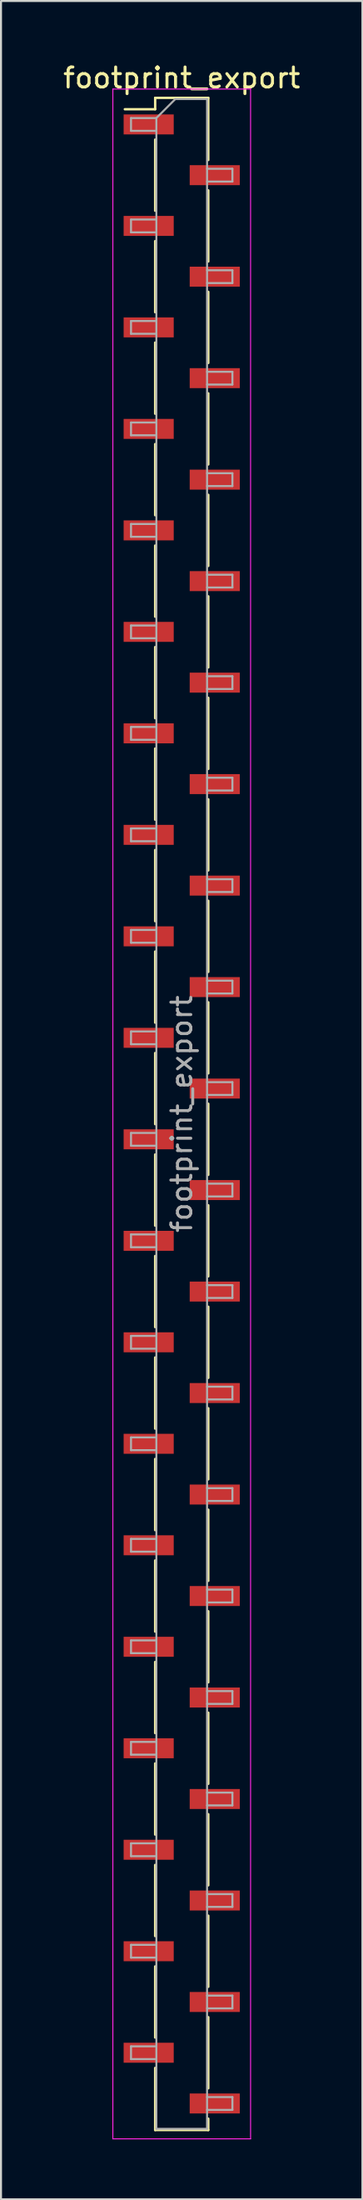
<source format=kicad_pcb>
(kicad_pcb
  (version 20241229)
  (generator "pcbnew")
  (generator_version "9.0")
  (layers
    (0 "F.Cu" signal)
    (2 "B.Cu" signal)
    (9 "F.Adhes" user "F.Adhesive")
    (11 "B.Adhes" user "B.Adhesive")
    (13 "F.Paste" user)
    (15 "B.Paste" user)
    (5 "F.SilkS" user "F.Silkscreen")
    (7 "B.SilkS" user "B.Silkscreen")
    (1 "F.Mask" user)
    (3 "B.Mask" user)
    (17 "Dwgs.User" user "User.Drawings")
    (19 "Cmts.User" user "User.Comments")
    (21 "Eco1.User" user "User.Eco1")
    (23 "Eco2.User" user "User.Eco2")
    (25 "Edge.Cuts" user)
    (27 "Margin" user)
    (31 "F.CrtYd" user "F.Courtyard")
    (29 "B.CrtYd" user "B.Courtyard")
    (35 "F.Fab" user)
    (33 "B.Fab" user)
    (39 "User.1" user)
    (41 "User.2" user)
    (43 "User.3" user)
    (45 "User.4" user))
  (footprint "footprint_export"
    (layer "F.Cu")
    (at 6.054 52.708)
    (property "Reference" "footprint_export" (at 0 -51.86 0) (layer "F.SilkS") (effects (font (size 1 1) (thickness 0.15))))
    (attr smd)
    (fp_line (start -1.33 -50.86) (end -1.33 -50.29) (stroke (width 0.12) (type solid)) (layer "F.SilkS"))
    (fp_line (start -1.33 -50.86) (end 1.33 -50.86) (stroke (width 0.12) (type solid)) (layer "F.SilkS"))
    (fp_line (start -1.33 -50.29) (end -2.85 -50.29) (stroke (width 0.12) (type solid)) (layer "F.SilkS"))
    (fp_line (start -1.33 -48.77) (end -1.33 -45.21) (stroke (width 0.12) (type solid)) (layer "F.SilkS"))
    (fp_line (start -1.33 -43.69) (end -1.33 -40.13) (stroke (width 0.12) (type solid)) (layer "F.SilkS"))
    (fp_line (start -1.33 -38.61) (end -1.33 -35.05) (stroke (width 0.12) (type solid)) (layer "F.SilkS"))
    (fp_line (start -1.33 -33.53) (end -1.33 -29.97) (stroke (width 0.12) (type solid)) (layer "F.SilkS"))
    (fp_line (start -1.33 -28.45) (end -1.33 -24.89) (stroke (width 0.12) (type solid)) (layer "F.SilkS"))
    (fp_line (start -1.33 -23.37) (end -1.33 -19.81) (stroke (width 0.12) (type solid)) (layer "F.SilkS"))
    (fp_line (start -1.33 -18.29) (end -1.33 -14.73) (stroke (width 0.12) (type solid)) (layer "F.SilkS"))
    (fp_line (start -1.33 -13.21) (end -1.33 -9.65) (stroke (width 0.12) (type solid)) (layer "F.SilkS"))
    (fp_line (start -1.33 -8.13) (end -1.33 -4.57) (stroke (width 0.12) (type solid)) (layer "F.SilkS"))
    (fp_line (start -1.33 -3.05) (end -1.33 0.51) (stroke (width 0.12) (type solid)) (layer "F.SilkS"))
    (fp_line (start -1.33 2.03) (end -1.33 5.59) (stroke (width 0.12) (type solid)) (layer "F.SilkS"))
    (fp_line (start -1.33 7.11) (end -1.33 10.67) (stroke (width 0.12) (type solid)) (layer "F.SilkS"))
    (fp_line (start -1.33 12.19) (end -1.33 15.75) (stroke (width 0.12) (type solid)) (layer "F.SilkS"))
    (fp_line (start -1.33 17.27) (end -1.33 20.83) (stroke (width 0.12) (type solid)) (layer "F.SilkS"))
    (fp_line (start -1.33 22.35) (end -1.33 25.91) (stroke (width 0.12) (type solid)) (layer "F.SilkS"))
    (fp_line (start -1.33 27.43) (end -1.33 30.99) (stroke (width 0.12) (type solid)) (layer "F.SilkS"))
    (fp_line (start -1.33 32.51) (end -1.33 36.07) (stroke (width 0.12) (type solid)) (layer "F.SilkS"))
    (fp_line (start -1.33 37.59) (end -1.33 41.15) (stroke (width 0.12) (type solid)) (layer "F.SilkS"))
    (fp_line (start -1.33 42.67) (end -1.33 46.23) (stroke (width 0.12) (type solid)) (layer "F.SilkS"))
    (fp_line (start -1.33 47.75) (end -1.33 50.86) (stroke (width 0.12) (type solid)) (layer "F.SilkS"))
    (fp_line (start -1.33 50.86) (end 1.33 50.86) (stroke (width 0.12) (type solid)) (layer "F.SilkS"))
    (fp_line (start 1.33 -50.86) (end 1.33 -47.75) (stroke (width 0.12) (type solid)) (layer "F.SilkS"))
    (fp_line (start 1.33 -46.23) (end 1.33 -42.67) (stroke (width 0.12) (type solid)) (layer "F.SilkS"))
    (fp_line (start 1.33 -41.15) (end 1.33 -37.59) (stroke (width 0.12) (type solid)) (layer "F.SilkS"))
    (fp_line (start 1.33 -36.07) (end 1.33 -32.51) (stroke (width 0.12) (type solid)) (layer "F.SilkS"))
    (fp_line (start 1.33 -30.99) (end 1.33 -27.43) (stroke (width 0.12) (type solid)) (layer "F.SilkS"))
    (fp_line (start 1.33 -25.91) (end 1.33 -22.35) (stroke (width 0.12) (type solid)) (layer "F.SilkS"))
    (fp_line (start 1.33 -20.83) (end 1.33 -17.27) (stroke (width 0.12) (type solid)) (layer "F.SilkS"))
    (fp_line (start 1.33 -15.75) (end 1.33 -12.19) (stroke (width 0.12) (type solid)) (layer "F.SilkS"))
    (fp_line (start 1.33 -10.67) (end 1.33 -7.11) (stroke (width 0.12) (type solid)) (layer "F.SilkS"))
    (fp_line (start 1.33 -5.59) (end 1.33 -2.03) (stroke (width 0.12) (type solid)) (layer "F.SilkS"))
    (fp_line (start 1.33 -0.51) (end 1.33 3.05) (stroke (width 0.12) (type solid)) (layer "F.SilkS"))
    (fp_line (start 1.33 4.57) (end 1.33 8.13) (stroke (width 0.12) (type solid)) (layer "F.SilkS"))
    (fp_line (start 1.33 9.65) (end 1.33 13.21) (stroke (width 0.12) (type solid)) (layer "F.SilkS"))
    (fp_line (start 1.33 14.73) (end 1.33 18.29) (stroke (width 0.12) (type solid)) (layer "F.SilkS"))
    (fp_line (start 1.33 19.81) (end 1.33 23.37) (stroke (width 0.12) (type solid)) (layer "F.SilkS"))
    (fp_line (start 1.33 24.89) (end 1.33 28.45) (stroke (width 0.12) (type solid)) (layer "F.SilkS"))
    (fp_line (start 1.33 29.97) (end 1.33 33.53) (stroke (width 0.12) (type solid)) (layer "F.SilkS"))
    (fp_line (start 1.33 35.05) (end 1.33 38.61) (stroke (width 0.12) (type solid)) (layer "F.SilkS"))
    (fp_line (start 1.33 40.13) (end 1.33 43.69) (stroke (width 0.12) (type solid)) (layer "F.SilkS"))
    (fp_line (start 1.33 45.21) (end 1.33 48.77) (stroke (width 0.12) (type solid)) (layer "F.SilkS"))
    (fp_line (start 1.33 50.29) (end 1.33 50.86) (stroke (width 0.12) (type solid)) (layer "F.SilkS"))
    (fp_line (start -3.45 -51.3) (end -3.45 51.3) (stroke (width 0.05) (type solid)) (layer "F.CrtYd"))
    (fp_line (start -3.45 51.3) (end 3.45 51.3) (stroke (width 0.05) (type solid)) (layer "F.CrtYd"))
    (fp_line (start 3.45 -51.3) (end -3.45 -51.3) (stroke (width 0.05) (type solid)) (layer "F.CrtYd"))
    (fp_line (start 3.45 51.3) (end 3.45 -51.3) (stroke (width 0.05) (type solid)) (layer "F.CrtYd"))
    (fp_line (start -2.54 -49.85) (end -2.54 -49.21) (stroke (width 0.1) (type solid)) (layer "F.Fab"))
    (fp_line (start -2.54 -49.21) (end -1.27 -49.21) (stroke (width 0.1) (type solid)) (layer "F.Fab"))
    (fp_line (start -2.54 -44.77) (end -2.54 -44.13) (stroke (width 0.1) (type solid)) (layer "F.Fab"))
    (fp_line (start -2.54 -44.13) (end -1.27 -44.13) (stroke (width 0.1) (type solid)) (layer "F.Fab"))
    (fp_line (start -2.54 -39.69) (end -2.54 -39.05) (stroke (width 0.1) (type solid)) (layer "F.Fab"))
    (fp_line (start -2.54 -39.05) (end -1.27 -39.05) (stroke (width 0.1) (type solid)) (layer "F.Fab"))
    (fp_line (start -2.54 -34.61) (end -2.54 -33.97) (stroke (width 0.1) (type solid)) (layer "F.Fab"))
    (fp_line (start -2.54 -33.97) (end -1.27 -33.97) (stroke (width 0.1) (type solid)) (layer "F.Fab"))
    (fp_line (start -2.54 -29.53) (end -2.54 -28.89) (stroke (width 0.1) (type solid)) (layer "F.Fab"))
    (fp_line (start -2.54 -28.89) (end -1.27 -28.89) (stroke (width 0.1) (type solid)) (layer "F.Fab"))
    (fp_line (start -2.54 -24.45) (end -2.54 -23.81) (stroke (width 0.1) (type solid)) (layer "F.Fab"))
    (fp_line (start -2.54 -23.81) (end -1.27 -23.81) (stroke (width 0.1) (type solid)) (layer "F.Fab"))
    (fp_line (start -2.54 -19.37) (end -2.54 -18.73) (stroke (width 0.1) (type solid)) (layer "F.Fab"))
    (fp_line (start -2.54 -18.73) (end -1.27 -18.73) (stroke (width 0.1) (type solid)) (layer "F.Fab"))
    (fp_line (start -2.54 -14.29) (end -2.54 -13.65) (stroke (width 0.1) (type solid)) (layer "F.Fab"))
    (fp_line (start -2.54 -13.65) (end -1.27 -13.65) (stroke (width 0.1) (type solid)) (layer "F.Fab"))
    (fp_line (start -2.54 -9.21) (end -2.54 -8.57) (stroke (width 0.1) (type solid)) (layer "F.Fab"))
    (fp_line (start -2.54 -8.57) (end -1.27 -8.57) (stroke (width 0.1) (type solid)) (layer "F.Fab"))
    (fp_line (start -2.54 -4.13) (end -2.54 -3.49) (stroke (width 0.1) (type solid)) (layer "F.Fab"))
    (fp_line (start -2.54 -3.49) (end -1.27 -3.49) (stroke (width 0.1) (type solid)) (layer "F.Fab"))
    (fp_line (start -2.54 0.95) (end -2.54 1.59) (stroke (width 0.1) (type solid)) (layer "F.Fab"))
    (fp_line (start -2.54 1.59) (end -1.27 1.59) (stroke (width 0.1) (type solid)) (layer "F.Fab"))
    (fp_line (start -2.54 6.03) (end -2.54 6.67) (stroke (width 0.1) (type solid)) (layer "F.Fab"))
    (fp_line (start -2.54 6.67) (end -1.27 6.67) (stroke (width 0.1) (type solid)) (layer "F.Fab"))
    (fp_line (start -2.54 11.11) (end -2.54 11.75) (stroke (width 0.1) (type solid)) (layer "F.Fab"))
    (fp_line (start -2.54 11.75) (end -1.27 11.75) (stroke (width 0.1) (type solid)) (layer "F.Fab"))
    (fp_line (start -2.54 16.19) (end -2.54 16.83) (stroke (width 0.1) (type solid)) (layer "F.Fab"))
    (fp_line (start -2.54 16.83) (end -1.27 16.83) (stroke (width 0.1) (type solid)) (layer "F.Fab"))
    (fp_line (start -2.54 21.27) (end -2.54 21.91) (stroke (width 0.1) (type solid)) (layer "F.Fab"))
    (fp_line (start -2.54 21.91) (end -1.27 21.91) (stroke (width 0.1) (type solid)) (layer "F.Fab"))
    (fp_line (start -2.54 26.35) (end -2.54 26.99) (stroke (width 0.1) (type solid)) (layer "F.Fab"))
    (fp_line (start -2.54 26.99) (end -1.27 26.99) (stroke (width 0.1) (type solid)) (layer "F.Fab"))
    (fp_line (start -2.54 31.43) (end -2.54 32.07) (stroke (width 0.1) (type solid)) (layer "F.Fab"))
    (fp_line (start -2.54 32.07) (end -1.27 32.07) (stroke (width 0.1) (type solid)) (layer "F.Fab"))
    (fp_line (start -2.54 36.51) (end -2.54 37.15) (stroke (width 0.1) (type solid)) (layer "F.Fab"))
    (fp_line (start -2.54 37.15) (end -1.27 37.15) (stroke (width 0.1) (type solid)) (layer "F.Fab"))
    (fp_line (start -2.54 41.59) (end -2.54 42.23) (stroke (width 0.1) (type solid)) (layer "F.Fab"))
    (fp_line (start -2.54 42.23) (end -1.27 42.23) (stroke (width 0.1) (type solid)) (layer "F.Fab"))
    (fp_line (start -2.54 46.67) (end -2.54 47.31) (stroke (width 0.1) (type solid)) (layer "F.Fab"))
    (fp_line (start -2.54 47.31) (end -1.27 47.31) (stroke (width 0.1) (type solid)) (layer "F.Fab"))
    (fp_line (start -1.27 -49.85) (end -2.54 -49.85) (stroke (width 0.1) (type solid)) (layer "F.Fab"))
    (fp_line (start -1.27 -49.85) (end -0.32 -50.8) (stroke (width 0.1) (type solid)) (layer "F.Fab"))
    (fp_line (start -1.27 -44.77) (end -2.54 -44.77) (stroke (width 0.1) (type solid)) (layer "F.Fab"))
    (fp_line (start -1.27 -39.69) (end -2.54 -39.69) (stroke (width 0.1) (type solid)) (layer "F.Fab"))
    (fp_line (start -1.27 -34.61) (end -2.54 -34.61) (stroke (width 0.1) (type solid)) (layer "F.Fab"))
    (fp_line (start -1.27 -29.53) (end -2.54 -29.53) (stroke (width 0.1) (type solid)) (layer "F.Fab"))
    (fp_line (start -1.27 -24.45) (end -2.54 -24.45) (stroke (width 0.1) (type solid)) (layer "F.Fab"))
    (fp_line (start -1.27 -19.37) (end -2.54 -19.37) (stroke (width 0.1) (type solid)) (layer "F.Fab"))
    (fp_line (start -1.27 -14.29) (end -2.54 -14.29) (stroke (width 0.1) (type solid)) (layer "F.Fab"))
    (fp_line (start -1.27 -9.21) (end -2.54 -9.21) (stroke (width 0.1) (type solid)) (layer "F.Fab"))
    (fp_line (start -1.27 -4.13) (end -2.54 -4.13) (stroke (width 0.1) (type solid)) (layer "F.Fab"))
    (fp_line (start -1.27 0.95) (end -2.54 0.95) (stroke (width 0.1) (type solid)) (layer "F.Fab"))
    (fp_line (start -1.27 6.03) (end -2.54 6.03) (stroke (width 0.1) (type solid)) (layer "F.Fab"))
    (fp_line (start -1.27 11.11) (end -2.54 11.11) (stroke (width 0.1) (type solid)) (layer "F.Fab"))
    (fp_line (start -1.27 16.19) (end -2.54 16.19) (stroke (width 0.1) (type solid)) (layer "F.Fab"))
    (fp_line (start -1.27 21.27) (end -2.54 21.27) (stroke (width 0.1) (type solid)) (layer "F.Fab"))
    (fp_line (start -1.27 26.35) (end -2.54 26.35) (stroke (width 0.1) (type solid)) (layer "F.Fab"))
    (fp_line (start -1.27 31.43) (end -2.54 31.43) (stroke (width 0.1) (type solid)) (layer "F.Fab"))
    (fp_line (start -1.27 36.51) (end -2.54 36.51) (stroke (width 0.1) (type solid)) (layer "F.Fab"))
    (fp_line (start -1.27 41.59) (end -2.54 41.59) (stroke (width 0.1) (type solid)) (layer "F.Fab"))
    (fp_line (start -1.27 46.67) (end -2.54 46.67) (stroke (width 0.1) (type solid)) (layer "F.Fab"))
    (fp_line (start -1.27 50.8) (end -1.27 -49.85) (stroke (width 0.1) (type solid)) (layer "F.Fab"))
    (fp_line (start -0.32 -50.8) (end 1.27 -50.8) (stroke (width 0.1) (type solid)) (layer "F.Fab"))
    (fp_line (start 1.27 -50.8) (end 1.27 50.8) (stroke (width 0.1) (type solid)) (layer "F.Fab"))
    (fp_line (start 1.27 -47.31) (end 2.54 -47.31) (stroke (width 0.1) (type solid)) (layer "F.Fab"))
    (fp_line (start 1.27 -42.23) (end 2.54 -42.23) (stroke (width 0.1) (type solid)) (layer "F.Fab"))
    (fp_line (start 1.27 -37.15) (end 2.54 -37.15) (stroke (width 0.1) (type solid)) (layer "F.Fab"))
    (fp_line (start 1.27 -32.07) (end 2.54 -32.07) (stroke (width 0.1) (type solid)) (layer "F.Fab"))
    (fp_line (start 1.27 -26.99) (end 2.54 -26.99) (stroke (width 0.1) (type solid)) (layer "F.Fab"))
    (fp_line (start 1.27 -21.91) (end 2.54 -21.91) (stroke (width 0.1) (type solid)) (layer "F.Fab"))
    (fp_line (start 1.27 -16.83) (end 2.54 -16.83) (stroke (width 0.1) (type solid)) (layer "F.Fab"))
    (fp_line (start 1.27 -11.75) (end 2.54 -11.75) (stroke (width 0.1) (type solid)) (layer "F.Fab"))
    (fp_line (start 1.27 -6.67) (end 2.54 -6.67) (stroke (width 0.1) (type solid)) (layer "F.Fab"))
    (fp_line (start 1.27 -1.59) (end 2.54 -1.59) (stroke (width 0.1) (type solid)) (layer "F.Fab"))
    (fp_line (start 1.27 3.49) (end 2.54 3.49) (stroke (width 0.1) (type solid)) (layer "F.Fab"))
    (fp_line (start 1.27 8.57) (end 2.54 8.57) (stroke (width 0.1) (type solid)) (layer "F.Fab"))
    (fp_line (start 1.27 13.65) (end 2.54 13.65) (stroke (width 0.1) (type solid)) (layer "F.Fab"))
    (fp_line (start 1.27 18.73) (end 2.54 18.73) (stroke (width 0.1) (type solid)) (layer "F.Fab"))
    (fp_line (start 1.27 23.81) (end 2.54 23.81) (stroke (width 0.1) (type solid)) (layer "F.Fab"))
    (fp_line (start 1.27 28.89) (end 2.54 28.89) (stroke (width 0.1) (type solid)) (layer "F.Fab"))
    (fp_line (start 1.27 33.97) (end 2.54 33.97) (stroke (width 0.1) (type solid)) (layer "F.Fab"))
    (fp_line (start 1.27 39.05) (end 2.54 39.05) (stroke (width 0.1) (type solid)) (layer "F.Fab"))
    (fp_line (start 1.27 44.13) (end 2.54 44.13) (stroke (width 0.1) (type solid)) (layer "F.Fab"))
    (fp_line (start 1.27 49.21) (end 2.54 49.21) (stroke (width 0.1) (type solid)) (layer "F.Fab"))
    (fp_line (start 1.27 50.8) (end -1.27 50.8) (stroke (width 0.1) (type solid)) (layer "F.Fab"))
    (fp_line (start 2.54 -47.31) (end 2.54 -46.67) (stroke (width 0.1) (type solid)) (layer "F.Fab"))
    (fp_line (start 2.54 -46.67) (end 1.27 -46.67) (stroke (width 0.1) (type solid)) (layer "F.Fab"))
    (fp_line (start 2.54 -42.23) (end 2.54 -41.59) (stroke (width 0.1) (type solid)) (layer "F.Fab"))
    (fp_line (start 2.54 -41.59) (end 1.27 -41.59) (stroke (width 0.1) (type solid)) (layer "F.Fab"))
    (fp_line (start 2.54 -37.15) (end 2.54 -36.51) (stroke (width 0.1) (type solid)) (layer "F.Fab"))
    (fp_line (start 2.54 -36.51) (end 1.27 -36.51) (stroke (width 0.1) (type solid)) (layer "F.Fab"))
    (fp_line (start 2.54 -32.07) (end 2.54 -31.43) (stroke (width 0.1) (type solid)) (layer "F.Fab"))
    (fp_line (start 2.54 -31.43) (end 1.27 -31.43) (stroke (width 0.1) (type solid)) (layer "F.Fab"))
    (fp_line (start 2.54 -26.99) (end 2.54 -26.35) (stroke (width 0.1) (type solid)) (layer "F.Fab"))
    (fp_line (start 2.54 -26.35) (end 1.27 -26.35) (stroke (width 0.1) (type solid)) (layer "F.Fab"))
    (fp_line (start 2.54 -21.91) (end 2.54 -21.27) (stroke (width 0.1) (type solid)) (layer "F.Fab"))
    (fp_line (start 2.54 -21.27) (end 1.27 -21.27) (stroke (width 0.1) (type solid)) (layer "F.Fab"))
    (fp_line (start 2.54 -16.83) (end 2.54 -16.19) (stroke (width 0.1) (type solid)) (layer "F.Fab"))
    (fp_line (start 2.54 -16.19) (end 1.27 -16.19) (stroke (width 0.1) (type solid)) (layer "F.Fab"))
    (fp_line (start 2.54 -11.75) (end 2.54 -11.11) (stroke (width 0.1) (type solid)) (layer "F.Fab"))
    (fp_line (start 2.54 -11.11) (end 1.27 -11.11) (stroke (width 0.1) (type solid)) (layer "F.Fab"))
    (fp_line (start 2.54 -6.67) (end 2.54 -6.03) (stroke (width 0.1) (type solid)) (layer "F.Fab"))
    (fp_line (start 2.54 -6.03) (end 1.27 -6.03) (stroke (width 0.1) (type solid)) (layer "F.Fab"))
    (fp_line (start 2.54 -1.59) (end 2.54 -0.95) (stroke (width 0.1) (type solid)) (layer "F.Fab"))
    (fp_line (start 2.54 -0.95) (end 1.27 -0.95) (stroke (width 0.1) (type solid)) (layer "F.Fab"))
    (fp_line (start 2.54 3.49) (end 2.54 4.13) (stroke (width 0.1) (type solid)) (layer "F.Fab"))
    (fp_line (start 2.54 4.13) (end 1.27 4.13) (stroke (width 0.1) (type solid)) (layer "F.Fab"))
    (fp_line (start 2.54 8.57) (end 2.54 9.21) (stroke (width 0.1) (type solid)) (layer "F.Fab"))
    (fp_line (start 2.54 9.21) (end 1.27 9.21) (stroke (width 0.1) (type solid)) (layer "F.Fab"))
    (fp_line (start 2.54 13.65) (end 2.54 14.29) (stroke (width 0.1) (type solid)) (layer "F.Fab"))
    (fp_line (start 2.54 14.29) (end 1.27 14.29) (stroke (width 0.1) (type solid)) (layer "F.Fab"))
    (fp_line (start 2.54 18.73) (end 2.54 19.37) (stroke (width 0.1) (type solid)) (layer "F.Fab"))
    (fp_line (start 2.54 19.37) (end 1.27 19.37) (stroke (width 0.1) (type solid)) (layer "F.Fab"))
    (fp_line (start 2.54 23.81) (end 2.54 24.45) (stroke (width 0.1) (type solid)) (layer "F.Fab"))
    (fp_line (start 2.54 24.45) (end 1.27 24.45) (stroke (width 0.1) (type solid)) (layer "F.Fab"))
    (fp_line (start 2.54 28.89) (end 2.54 29.53) (stroke (width 0.1) (type solid)) (layer "F.Fab"))
    (fp_line (start 2.54 29.53) (end 1.27 29.53) (stroke (width 0.1) (type solid)) (layer "F.Fab"))
    (fp_line (start 2.54 33.97) (end 2.54 34.61) (stroke (width 0.1) (type solid)) (layer "F.Fab"))
    (fp_line (start 2.54 34.61) (end 1.27 34.61) (stroke (width 0.1) (type solid)) (layer "F.Fab"))
    (fp_line (start 2.54 39.05) (end 2.54 39.69) (stroke (width 0.1) (type solid)) (layer "F.Fab"))
    (fp_line (start 2.54 39.69) (end 1.27 39.69) (stroke (width 0.1) (type solid)) (layer "F.Fab"))
    (fp_line (start 2.54 44.13) (end 2.54 44.77) (stroke (width 0.1) (type solid)) (layer "F.Fab"))
    (fp_line (start 2.54 44.77) (end 1.27 44.77) (stroke (width 0.1) (type solid)) (layer "F.Fab"))
    (fp_line (start 2.54 49.21) (end 2.54 49.85) (stroke (width 0.1) (type solid)) (layer "F.Fab"))
    (fp_line (start 2.54 49.85) (end 1.27 49.85) (stroke (width 0.1) (type solid)) (layer "F.Fab"))
    (fp_text user "${REFERENCE}" (at 0 0 90) (layer "F.Fab") (effects (font (size 1 1) (thickness 0.15))))
    (pad "1" smd rect (at -1.655 -49.53) (size 2.51 1) (layers "F.Cu" "F.Mask" "F.Paste"))
    (pad "2" smd rect (at 1.655 -46.99) (size 2.51 1) (layers "F.Cu" "F.Mask" "F.Paste"))
    (pad "3" smd rect (at -1.655 -44.45) (size 2.51 1) (layers "F.Cu" "F.Mask" "F.Paste"))
    (pad "4" smd rect (at 1.655 -41.91) (size 2.51 1) (layers "F.Cu" "F.Mask" "F.Paste"))
    (pad "5" smd rect (at -1.655 -39.37) (size 2.51 1) (layers "F.Cu" "F.Mask" "F.Paste"))
    (pad "6" smd rect (at 1.655 -36.83) (size 2.51 1) (layers "F.Cu" "F.Mask" "F.Paste"))
    (pad "7" smd rect (at -1.655 -34.29) (size 2.51 1) (layers "F.Cu" "F.Mask" "F.Paste"))
    (pad "8" smd rect (at 1.655 -31.75) (size 2.51 1) (layers "F.Cu" "F.Mask" "F.Paste"))
    (pad "9" smd rect (at -1.655 -29.21) (size 2.51 1) (layers "F.Cu" "F.Mask" "F.Paste"))
    (pad "10" smd rect (at 1.655 -26.67) (size 2.51 1) (layers "F.Cu" "F.Mask" "F.Paste"))
    (pad "11" smd rect (at -1.655 -24.13) (size 2.51 1) (layers "F.Cu" "F.Mask" "F.Paste"))
    (pad "12" smd rect (at 1.655 -21.59) (size 2.51 1) (layers "F.Cu" "F.Mask" "F.Paste"))
    (pad "13" smd rect (at -1.655 -19.05) (size 2.51 1) (layers "F.Cu" "F.Mask" "F.Paste"))
    (pad "14" smd rect (at 1.655 -16.51) (size 2.51 1) (layers "F.Cu" "F.Mask" "F.Paste"))
    (pad "15" smd rect (at -1.655 -13.97) (size 2.51 1) (layers "F.Cu" "F.Mask" "F.Paste"))
    (pad "16" smd rect (at 1.655 -11.43) (size 2.51 1) (layers "F.Cu" "F.Mask" "F.Paste"))
    (pad "17" smd rect (at -1.655 -8.89) (size 2.51 1) (layers "F.Cu" "F.Mask" "F.Paste"))
    (pad "18" smd rect (at 1.655 -6.35) (size 2.51 1) (layers "F.Cu" "F.Mask" "F.Paste"))
    (pad "19" smd rect (at -1.655 -3.81) (size 2.51 1) (layers "F.Cu" "F.Mask" "F.Paste"))
    (pad "20" smd rect (at 1.655 -1.27) (size 2.51 1) (layers "F.Cu" "F.Mask" "F.Paste"))
    (pad "21" smd rect (at -1.655 1.27) (size 2.51 1) (layers "F.Cu" "F.Mask" "F.Paste"))
    (pad "22" smd rect (at 1.655 3.81) (size 2.51 1) (layers "F.Cu" "F.Mask" "F.Paste"))
    (pad "23" smd rect (at -1.655 6.35) (size 2.51 1) (layers "F.Cu" "F.Mask" "F.Paste"))
    (pad "24" smd rect (at 1.655 8.89) (size 2.51 1) (layers "F.Cu" "F.Mask" "F.Paste"))
    (pad "25" smd rect (at -1.655 11.43) (size 2.51 1) (layers "F.Cu" "F.Mask" "F.Paste"))
    (pad "26" smd rect (at 1.655 13.97) (size 2.51 1) (layers "F.Cu" "F.Mask" "F.Paste"))
    (pad "27" smd rect (at -1.655 16.51) (size 2.51 1) (layers "F.Cu" "F.Mask" "F.Paste"))
    (pad "28" smd rect (at 1.655 19.05) (size 2.51 1) (layers "F.Cu" "F.Mask" "F.Paste"))
    (pad "29" smd rect (at -1.655 21.59) (size 2.51 1) (layers "F.Cu" "F.Mask" "F.Paste"))
    (pad "30" smd rect (at 1.655 24.13) (size 2.51 1) (layers "F.Cu" "F.Mask" "F.Paste"))
    (pad "31" smd rect (at -1.655 26.67) (size 2.51 1) (layers "F.Cu" "F.Mask" "F.Paste"))
    (pad "32" smd rect (at 1.655 29.21) (size 2.51 1) (layers "F.Cu" "F.Mask" "F.Paste"))
    (pad "33" smd rect (at -1.655 31.75) (size 2.51 1) (layers "F.Cu" "F.Mask" "F.Paste"))
    (pad "34" smd rect (at 1.655 34.29) (size 2.51 1) (layers "F.Cu" "F.Mask" "F.Paste"))
    (pad "35" smd rect (at -1.655 36.83) (size 2.51 1) (layers "F.Cu" "F.Mask" "F.Paste"))
    (pad "36" smd rect (at 1.655 39.37) (size 2.51 1) (layers "F.Cu" "F.Mask" "F.Paste"))
    (pad "37" smd rect (at -1.655 41.91) (size 2.51 1) (layers "F.Cu" "F.Mask" "F.Paste"))
    (pad "38" smd rect (at 1.655 44.45) (size 2.51 1) (layers "F.Cu" "F.Mask" "F.Paste"))
    (pad "39" smd rect (at -1.655 46.99) (size 2.51 1) (layers "F.Cu" "F.Mask" "F.Paste"))
    (pad "40" smd rect (at 1.655 49.53) (size 2.51 1) (layers "F.Cu" "F.Mask" "F.Paste")))
  (gr_rect
    (start -3 -3)
    (end 15.107 107.033)
    (stroke (width 0.1) (type default))
    (fill no)
    (layer "Edge.Cuts")))
</source>
